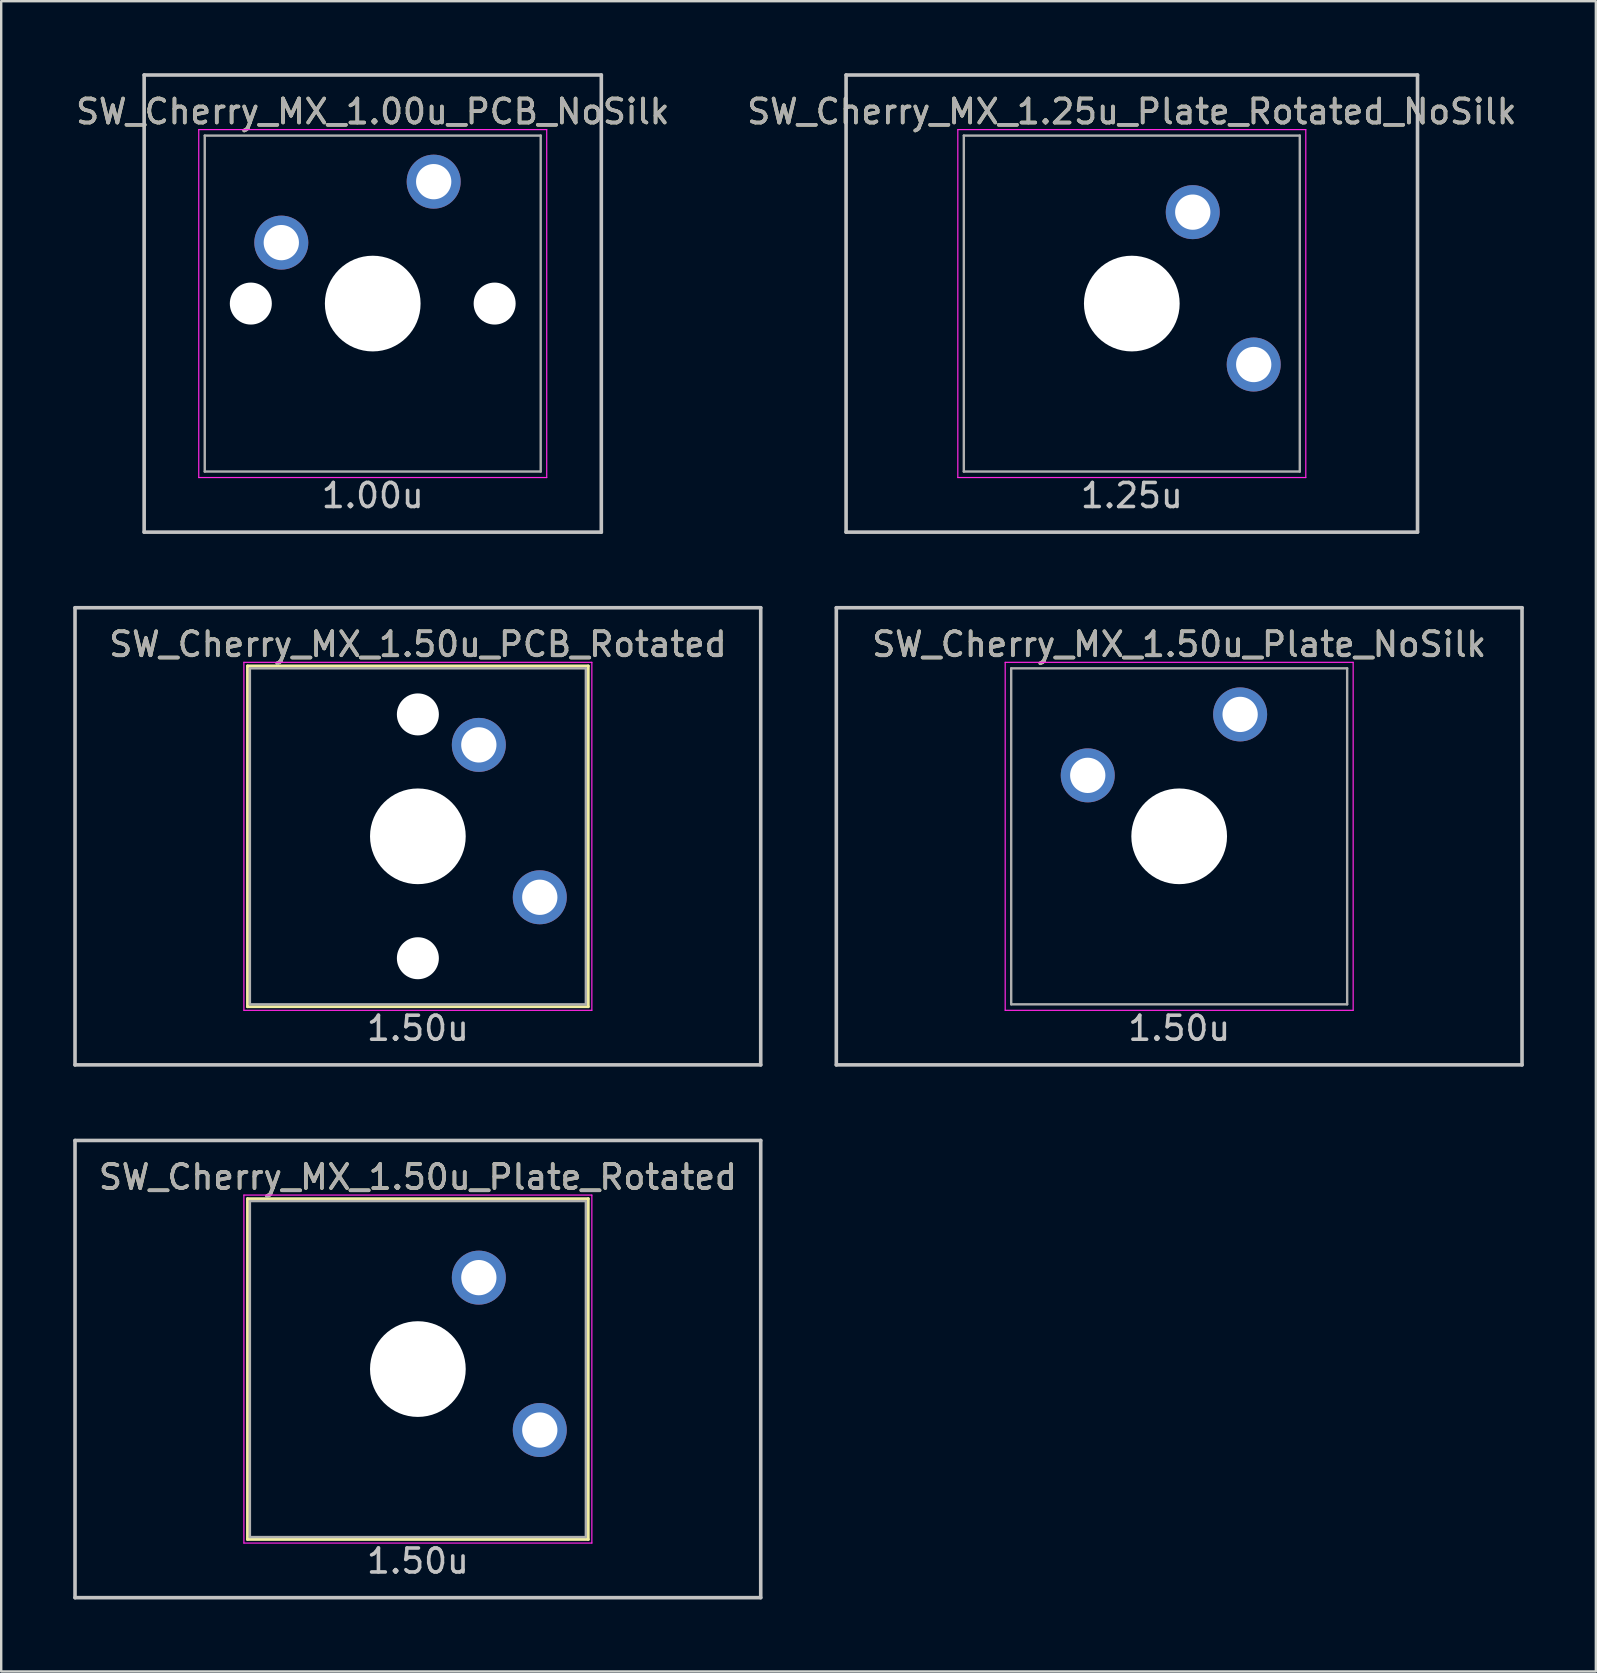
<source format=kicad_pcb>
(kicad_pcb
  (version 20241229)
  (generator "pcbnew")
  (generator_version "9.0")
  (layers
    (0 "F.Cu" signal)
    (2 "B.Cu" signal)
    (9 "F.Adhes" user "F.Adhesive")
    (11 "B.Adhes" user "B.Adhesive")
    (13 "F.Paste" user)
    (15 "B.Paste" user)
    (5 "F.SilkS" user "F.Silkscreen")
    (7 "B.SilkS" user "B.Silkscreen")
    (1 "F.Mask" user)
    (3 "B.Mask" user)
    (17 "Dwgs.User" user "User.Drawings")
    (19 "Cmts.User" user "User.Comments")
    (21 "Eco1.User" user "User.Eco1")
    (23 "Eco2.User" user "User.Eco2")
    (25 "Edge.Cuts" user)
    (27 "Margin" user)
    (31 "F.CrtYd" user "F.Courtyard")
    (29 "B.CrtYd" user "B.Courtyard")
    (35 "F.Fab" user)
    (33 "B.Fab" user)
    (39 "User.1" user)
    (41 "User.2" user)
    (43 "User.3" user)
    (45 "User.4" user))
  (footprint "SW_Cherry_MX_1.00u_PCB_NoSilk"
    (layer "F.Cu")
    (at 12.482 9.6)
    (property "Reference" "SW_Cherry_MX_1.00u_PCB_NoSilk" (at 0 -8 0) (layer "F.SilkS") (effects (font (size 1 1) (thickness 0.15))))
    (attr through_hole)
    (fp_line (start -9.525 -9.525) (end 9.525 -9.525) (stroke (width 0.15) (type solid)) (layer "Dwgs.User"))
    (fp_line (start -9.525 9.525) (end -9.525 -9.525) (stroke (width 0.15) (type solid)) (layer "Dwgs.User"))
    (fp_line (start 9.525 -9.525) (end 9.525 9.525) (stroke (width 0.15) (type solid)) (layer "Dwgs.User"))
    (fp_line (start 9.525 9.525) (end -9.525 9.525) (stroke (width 0.15) (type solid)) (layer "Dwgs.User"))
    (fp_line (start -7.25 -7.25) (end 7.25 -7.25) (stroke (width 0.05) (type solid)) (layer "F.CrtYd"))
    (fp_line (start -7.25 7.25) (end -7.25 -7.25) (stroke (width 0.05) (type solid)) (layer "F.CrtYd"))
    (fp_line (start 7.25 -7.25) (end 7.25 7.25) (stroke (width 0.05) (type solid)) (layer "F.CrtYd"))
    (fp_line (start 7.25 7.25) (end -7.25 7.25) (stroke (width 0.05) (type solid)) (layer "F.CrtYd"))
    (fp_line (start -7 -7) (end 7 -7) (stroke (width 0.1) (type solid)) (layer "F.Fab"))
    (fp_line (start -7 7) (end -7 -7) (stroke (width 0.1) (type solid)) (layer "F.Fab"))
    (fp_line (start 7 -7) (end 7 7) (stroke (width 0.1) (type solid)) (layer "F.Fab"))
    (fp_line (start 7 7) (end -7 7) (stroke (width 0.1) (type solid)) (layer "F.Fab"))
    (fp_text user "1.00u" (at 0 8 0) (layer "Dwgs.User") (effects (font (size 1 1) (thickness 0.15))))
    (fp_text user "${REFERENCE}" (at 0 -8 0) (layer "F.Fab") (effects (font (size 1 1) (thickness 0.15))))
    (pad "" np_thru_hole circle (at -5.08 0 48.1) (size 1.75 1.75) (drill 1.75) (layers "*.Cu" "*.Mask"))
    (pad "" np_thru_hole circle (at 0 0) (size 3.988 3.988) (drill 3.988) (layers "*.Cu" "*.Mask"))
    (pad "" np_thru_hole circle (at 5.08 0 48.1) (size 1.75 1.75) (drill 1.75) (layers "*.Cu" "*.Mask"))
    (pad "1" thru_hole circle (at -3.81 -2.54) (size 2.25 2.25) (drill 1.47) (layers "*.Cu" "B.Mask"))
    (pad "2" thru_hole circle (at 2.54 -5.08) (size 2.25 2.25) (drill 1.47) (layers "*.Cu" "B.Mask")))
  (footprint "SW_Cherry_MX_1.25u_Plate_Rotated_NoSilk"
    (layer "F.Cu")
    (at 44.113 9.6)
    (property "Reference" "SW_Cherry_MX_1.25u_Plate_Rotated_NoSilk" (at 0 -8 0) (layer "F.SilkS") (effects (font (size 1 1) (thickness 0.15))))
    (attr through_hole)
    (fp_line (start -11.906 -9.525) (end 11.906 -9.525) (stroke (width 0.15) (type solid)) (layer "Dwgs.User"))
    (fp_line (start -11.906 9.525) (end -11.906 -9.525) (stroke (width 0.15) (type solid)) (layer "Dwgs.User"))
    (fp_line (start -11.906 9.525) (end 11.906 9.525) (stroke (width 0.15) (type solid)) (layer "Dwgs.User"))
    (fp_line (start 11.906 -9.525) (end 11.906 9.525) (stroke (width 0.15) (type solid)) (layer "Dwgs.User"))
    (fp_line (start -7.25 -7.25) (end 7.25 -7.25) (stroke (width 0.05) (type solid)) (layer "F.CrtYd"))
    (fp_line (start -7.25 7.25) (end -7.25 -7.25) (stroke (width 0.05) (type solid)) (layer "F.CrtYd"))
    (fp_line (start 7.25 -7.25) (end 7.25 7.25) (stroke (width 0.05) (type solid)) (layer "F.CrtYd"))
    (fp_line (start 7.25 7.25) (end -7.25 7.25) (stroke (width 0.05) (type solid)) (layer "F.CrtYd"))
    (fp_line (start -7 -7) (end 7 -7) (stroke (width 0.1) (type solid)) (layer "F.Fab"))
    (fp_line (start -7 7) (end -7 -7) (stroke (width 0.1) (type solid)) (layer "F.Fab"))
    (fp_line (start 7 -7) (end 7 7) (stroke (width 0.1) (type solid)) (layer "F.Fab"))
    (fp_line (start 7 7) (end -7 7) (stroke (width 0.1) (type solid)) (layer "F.Fab"))
    (fp_text user "1.25u" (at 0 8 0) (layer "Dwgs.User") (effects (font (size 1 1) (thickness 0.15))))
    (fp_text user "${REFERENCE}" (at 0 -8 0) (layer "F.Fab") (effects (font (size 1 1) (thickness 0.15))))
    (pad "" np_thru_hole circle (at 0 0 270) (size 3.988 3.988) (drill 3.988) (layers "*.Cu" "*.Mask"))
    (pad "1" thru_hole circle (at 2.54 -3.81 270) (size 2.25 2.25) (drill 1.47) (layers "*.Cu" "B.Mask"))
    (pad "2" thru_hole circle (at 5.08 2.54 270) (size 2.25 2.25) (drill 1.47) (layers "*.Cu" "B.Mask")))
  (footprint "SW_Cherry_MX_1.50u_PCB_Rotated"
    (layer "F.Cu")
    (at 14.363 31.8)
    (property "Reference" "SW_Cherry_MX_1.50u_PCB_Rotated" (at 0 -8 0) (layer "F.SilkS") (effects (font (size 1 1) (thickness 0.15))))
    (attr through_hole)
    (fp_line (start -7.1 -7.1) (end 7.1 -7.1) (stroke (width 0.12) (type solid)) (layer "F.SilkS"))
    (fp_line (start -7.1 7.1) (end -7.1 -7.1) (stroke (width 0.12) (type solid)) (layer "F.SilkS"))
    (fp_line (start 7.1 -7.1) (end 7.1 7.1) (stroke (width 0.12) (type solid)) (layer "F.SilkS"))
    (fp_line (start 7.1 7.1) (end -7.1 7.1) (stroke (width 0.12) (type solid)) (layer "F.SilkS"))
    (fp_line (start -14.287 -9.525) (end -14.287 9.525) (stroke (width 0.15) (type solid)) (layer "Dwgs.User"))
    (fp_line (start -14.287 -9.525) (end 14.287 -9.525) (stroke (width 0.15) (type solid)) (layer "Dwgs.User"))
    (fp_line (start -14.287 9.525) (end 14.287 9.525) (stroke (width 0.15) (type solid)) (layer "Dwgs.User"))
    (fp_line (start 14.287 -9.525) (end 14.287 9.525) (stroke (width 0.15) (type solid)) (layer "Dwgs.User"))
    (fp_line (start -7.25 -7.25) (end 7.25 -7.25) (stroke (width 0.05) (type solid)) (layer "F.CrtYd"))
    (fp_line (start -7.25 7.25) (end -7.25 -7.25) (stroke (width 0.05) (type solid)) (layer "F.CrtYd"))
    (fp_line (start 7.25 -7.25) (end 7.25 7.25) (stroke (width 0.05) (type solid)) (layer "F.CrtYd"))
    (fp_line (start 7.25 7.25) (end -7.25 7.25) (stroke (width 0.05) (type solid)) (layer "F.CrtYd"))
    (fp_line (start -7 -7) (end 7 -7) (stroke (width 0.1) (type solid)) (layer "F.Fab"))
    (fp_line (start -7 7) (end -7 -7) (stroke (width 0.1) (type solid)) (layer "F.Fab"))
    (fp_line (start 7 -7) (end 7 7) (stroke (width 0.1) (type solid)) (layer "F.Fab"))
    (fp_line (start 7 7) (end -7 7) (stroke (width 0.1) (type solid)) (layer "F.Fab"))
    (fp_text user "1.50u" (at 0 8 0) (layer "Dwgs.User") (effects (font (size 1 1) (thickness 0.15))))
    (fp_text user "${REFERENCE}" (at 0 -8 0) (layer "F.Fab") (effects (font (size 1 1) (thickness 0.15))))
    (pad "" np_thru_hole circle (at 0 -5.08 318.1) (size 1.75 1.75) (drill 1.75) (layers "*.Cu" "*.Mask"))
    (pad "" np_thru_hole circle (at 0 0 270) (size 3.988 3.988) (drill 3.988) (layers "*.Cu" "*.Mask"))
    (pad "" np_thru_hole circle (at 0 5.08 318.1) (size 1.75 1.75) (drill 1.75) (layers "*.Cu" "*.Mask"))
    (pad "1" thru_hole circle (at 2.54 -3.81 270) (size 2.25 2.25) (drill 1.47) (layers "*.Cu" "B.Mask"))
    (pad "2" thru_hole circle (at 5.08 2.54 270) (size 2.25 2.25) (drill 1.47) (layers "*.Cu" "B.Mask")))
  (footprint "SW_Cherry_MX_1.50u_Plate_NoSilk"
    (layer "F.Cu")
    (at 46.087 31.8)
    (property "Reference" "SW_Cherry_MX_1.50u_Plate_NoSilk" (at 0 -8 0) (layer "F.SilkS") (effects (font (size 1 1) (thickness 0.15))))
    (attr through_hole)
    (fp_line (start -14.287 -9.525) (end 14.287 -9.525) (stroke (width 0.15) (type solid)) (layer "Dwgs.User"))
    (fp_line (start -14.287 9.525) (end -14.287 -9.525) (stroke (width 0.15) (type solid)) (layer "Dwgs.User"))
    (fp_line (start -14.287 9.525) (end 14.287 9.525) (stroke (width 0.15) (type solid)) (layer "Dwgs.User"))
    (fp_line (start 14.287 -9.525) (end 14.287 9.525) (stroke (width 0.15) (type solid)) (layer "Dwgs.User"))
    (fp_line (start -7.25 -7.25) (end 7.25 -7.25) (stroke (width 0.05) (type solid)) (layer "F.CrtYd"))
    (fp_line (start -7.25 7.25) (end -7.25 -7.25) (stroke (width 0.05) (type solid)) (layer "F.CrtYd"))
    (fp_line (start 7.25 -7.25) (end 7.25 7.25) (stroke (width 0.05) (type solid)) (layer "F.CrtYd"))
    (fp_line (start 7.25 7.25) (end -7.25 7.25) (stroke (width 0.05) (type solid)) (layer "F.CrtYd"))
    (fp_line (start -7 -7) (end 7 -7) (stroke (width 0.1) (type solid)) (layer "F.Fab"))
    (fp_line (start -7 7) (end -7 -7) (stroke (width 0.1) (type solid)) (layer "F.Fab"))
    (fp_line (start 7 -7) (end 7 7) (stroke (width 0.1) (type solid)) (layer "F.Fab"))
    (fp_line (start 7 7) (end -7 7) (stroke (width 0.1) (type solid)) (layer "F.Fab"))
    (fp_text user "1.50u" (at 0 8 0) (layer "Dwgs.User") (effects (font (size 1 1) (thickness 0.15))))
    (fp_text user "${REFERENCE}" (at 0 -8 0) (layer "F.Fab") (effects (font (size 1 1) (thickness 0.15))))
    (pad "" np_thru_hole circle (at 0 0) (size 3.988 3.988) (drill 3.988) (layers "*.Cu" "*.Mask"))
    (pad "1" thru_hole circle (at -3.81 -2.54) (size 2.25 2.25) (drill 1.47) (layers "*.Cu" "B.Mask"))
    (pad "2" thru_hole circle (at 2.54 -5.08) (size 2.25 2.25) (drill 1.47) (layers "*.Cu" "B.Mask")))
  (footprint "SW_Cherry_MX_1.50u_Plate_Rotated"
    (layer "F.Cu")
    (at 14.363 54)
    (property "Reference" "SW_Cherry_MX_1.50u_Plate_Rotated" (at 0 -8 0) (layer "F.SilkS") (effects (font (size 1 1) (thickness 0.15))))
    (attr through_hole)
    (fp_line (start -7.1 -7.1) (end 7.1 -7.1) (stroke (width 0.12) (type solid)) (layer "F.SilkS"))
    (fp_line (start -7.1 7.1) (end -7.1 -7.1) (stroke (width 0.12) (type solid)) (layer "F.SilkS"))
    (fp_line (start 7.1 -7.1) (end 7.1 7.1) (stroke (width 0.12) (type solid)) (layer "F.SilkS"))
    (fp_line (start 7.1 7.1) (end -7.1 7.1) (stroke (width 0.12) (type solid)) (layer "F.SilkS"))
    (fp_line (start -14.287 -9.525) (end -14.287 9.525) (stroke (width 0.15) (type solid)) (layer "Dwgs.User"))
    (fp_line (start -14.287 -9.525) (end 14.287 -9.525) (stroke (width 0.15) (type solid)) (layer "Dwgs.User"))
    (fp_line (start -14.287 9.525) (end 14.287 9.525) (stroke (width 0.15) (type solid)) (layer "Dwgs.User"))
    (fp_line (start 14.287 -9.525) (end 14.287 9.525) (stroke (width 0.15) (type solid)) (layer "Dwgs.User"))
    (fp_line (start -7.25 -7.25) (end 7.25 -7.25) (stroke (width 0.05) (type solid)) (layer "F.CrtYd"))
    (fp_line (start -7.25 7.25) (end -7.25 -7.25) (stroke (width 0.05) (type solid)) (layer "F.CrtYd"))
    (fp_line (start 7.25 -7.25) (end 7.25 7.25) (stroke (width 0.05) (type solid)) (layer "F.CrtYd"))
    (fp_line (start 7.25 7.25) (end -7.25 7.25) (stroke (width 0.05) (type solid)) (layer "F.CrtYd"))
    (fp_line (start -7 -7) (end 7 -7) (stroke (width 0.1) (type solid)) (layer "F.Fab"))
    (fp_line (start -7 7) (end -7 -7) (stroke (width 0.1) (type solid)) (layer "F.Fab"))
    (fp_line (start 7 -7) (end 7 7) (stroke (width 0.1) (type solid)) (layer "F.Fab"))
    (fp_line (start 7 7) (end -7 7) (stroke (width 0.1) (type solid)) (layer "F.Fab"))
    (fp_text user "1.50u" (at 0 8 0) (layer "Dwgs.User") (effects (font (size 1 1) (thickness 0.15))))
    (fp_text user "${REFERENCE}" (at 0 -8 0) (layer "F.Fab") (effects (font (size 1 1) (thickness 0.15))))
    (pad "" np_thru_hole circle (at 0 0 270) (size 3.988 3.988) (drill 3.988) (layers "*.Cu" "*.Mask"))
    (pad "1" thru_hole circle (at 2.54 -3.81 270) (size 2.25 2.25) (drill 1.47) (layers "*.Cu" "B.Mask"))
    (pad "2" thru_hole circle (at 5.08 2.54 270) (size 2.25 2.25) (drill 1.47) (layers "*.Cu" "B.Mask")))
  (gr_rect
    (start -3 -3)
    (end 63.45 66.6)
    (stroke (width 0.1) (type default))
    (fill no)
    (layer "Edge.Cuts")))
</source>
